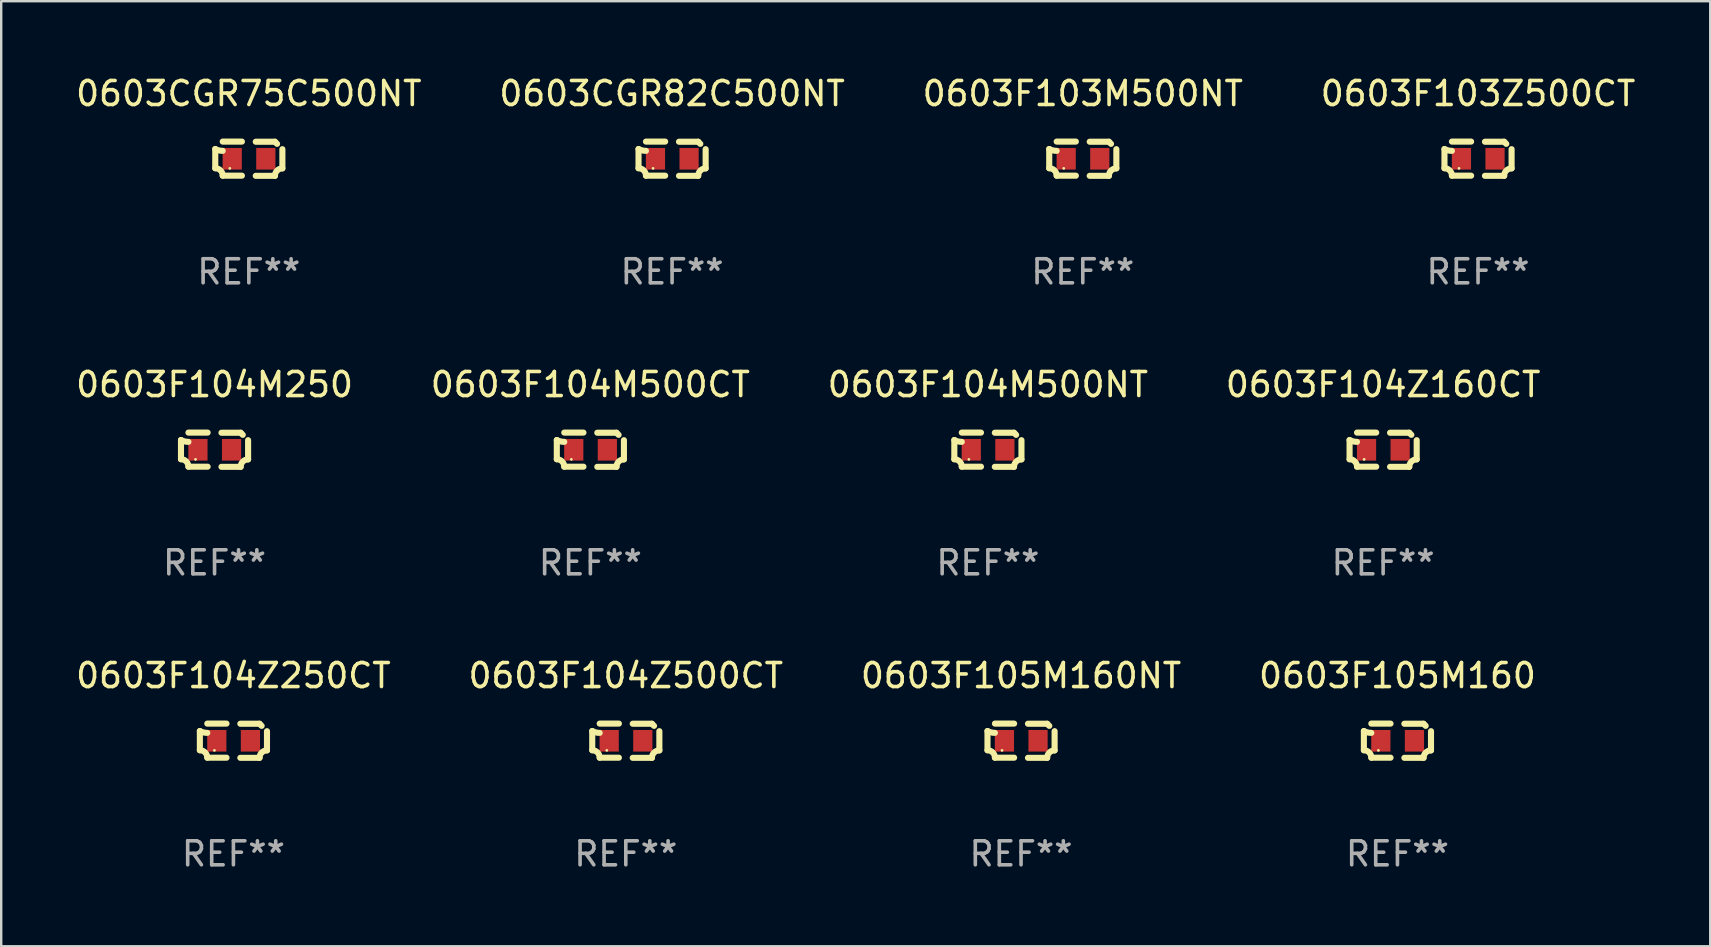
<source format=kicad_pcb>
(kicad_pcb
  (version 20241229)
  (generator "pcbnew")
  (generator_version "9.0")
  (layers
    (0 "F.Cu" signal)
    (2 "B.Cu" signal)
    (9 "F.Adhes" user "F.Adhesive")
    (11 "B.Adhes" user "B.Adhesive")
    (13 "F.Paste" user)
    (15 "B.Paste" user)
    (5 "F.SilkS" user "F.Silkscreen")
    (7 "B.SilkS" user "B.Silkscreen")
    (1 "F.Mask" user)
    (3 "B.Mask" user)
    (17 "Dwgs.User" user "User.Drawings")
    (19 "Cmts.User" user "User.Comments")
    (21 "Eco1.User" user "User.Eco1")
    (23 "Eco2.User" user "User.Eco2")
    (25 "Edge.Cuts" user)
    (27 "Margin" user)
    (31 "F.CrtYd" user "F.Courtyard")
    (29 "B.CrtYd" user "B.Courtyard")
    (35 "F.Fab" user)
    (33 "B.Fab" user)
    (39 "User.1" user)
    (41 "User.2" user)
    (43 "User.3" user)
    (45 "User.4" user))
  (footprint "0603F105M160NT"
    (layer "F.Cu")
    (at 39.482 27.805)
    (property "Reference" "0603F105M160NT" (at 0 -2.713 0) (layer "F.SilkS") (effects (font (size 1 1) (thickness 0.15))))
    (attr through_hole)
    (fp_line (start -1.398 -0.403) (end -1.398 0.397) (stroke (width 0.254) (type solid)) (layer "F.SilkS"))
    (fp_line (start -0.288 -0.713) (end -1.088 -0.713) (stroke (width 0.254) (type solid)) (layer "F.SilkS"))
    (fp_line (start -0.288 0.707) (end -1.088 0.707) (stroke (width 0.254) (type solid)) (layer "F.SilkS"))
    (fp_line (start 0.288 -0.707) (end 1.088 -0.707) (stroke (width 0.254) (type solid)) (layer "F.SilkS"))
    (fp_line (start 0.288 0.713) (end 1.088 0.713) (stroke (width 0.254) (type solid)) (layer "F.SilkS"))
    (fp_line (start 1.398 -0.397) (end 1.398 0.403) (stroke (width 0.254) (type solid)) (layer "F.SilkS"))
    (fp_arc (start -1.397789 0.397066) (mid -1.178701 0.487826) (end -1.08796 0.706922) (stroke (width 0.254001) (type solid)) (layer "F.SilkS"))
    (fp_arc (start -1.08796 -0.327176) (mid -1.247436 -0.346384) (end -1.39779 -0.402908) (stroke (width 0.254001) (type solid)) (layer "F.SilkS"))
    (fp_arc (start 1.087909 0.712738) (mid 1.178656 0.493655) (end 1.397739 0.402908) (stroke (width 0.254001) (type solid)) (layer "F.SilkS"))
    (fp_arc (start 1.175925 -0.618926) (mid 1.131917 -0.662923) (end 1.08791 -0.706922) (stroke (width 0.254001) (type solid)) (layer "F.SilkS"))
    (fp_circle (center -0.792 0.403) (end -0.762 0.403) (stroke (width 0.06) (type solid)) (fill no) (layer "F.SilkS"))
    (fp_text user "REF**" (at 0 4.713 0) (layer "F.Fab") (effects (font (size 1 1) (thickness 0.15))))
    (pad "1" smd rect (at -0.692 0.003) (size 0.8 0.9) (layers "F.Cu" "F.Mask" "F.Paste"))
    (pad "2" smd rect (at 0.708 0.003) (size 0.8 0.9) (layers "F.Cu" "F.Mask" "F.Paste")))
  (footprint "0603F104Z500CT"
    (layer "F.Cu")
    (at 23.018 27.805)
    (property "Reference" "0603F104Z500CT" (at 0 -2.713 0) (layer "F.SilkS") (effects (font (size 1 1) (thickness 0.15))))
    (attr through_hole)
    (fp_line (start -1.398 -0.403) (end -1.398 0.397) (stroke (width 0.254) (type solid)) (layer "F.SilkS"))
    (fp_line (start -0.288 -0.713) (end -1.088 -0.713) (stroke (width 0.254) (type solid)) (layer "F.SilkS"))
    (fp_line (start -0.288 0.707) (end -1.088 0.707) (stroke (width 0.254) (type solid)) (layer "F.SilkS"))
    (fp_line (start 0.288 -0.707) (end 1.088 -0.707) (stroke (width 0.254) (type solid)) (layer "F.SilkS"))
    (fp_line (start 0.288 0.713) (end 1.088 0.713) (stroke (width 0.254) (type solid)) (layer "F.SilkS"))
    (fp_line (start 1.398 -0.397) (end 1.398 0.403) (stroke (width 0.254) (type solid)) (layer "F.SilkS"))
    (fp_arc (start -1.397789 0.397066) (mid -1.178701 0.487826) (end -1.08796 0.706922) (stroke (width 0.254001) (type solid)) (layer "F.SilkS"))
    (fp_arc (start -1.08796 -0.327176) (mid -1.247436 -0.346384) (end -1.39779 -0.402908) (stroke (width 0.254001) (type solid)) (layer "F.SilkS"))
    (fp_arc (start 1.087909 0.712738) (mid 1.178656 0.493655) (end 1.397739 0.402908) (stroke (width 0.254001) (type solid)) (layer "F.SilkS"))
    (fp_arc (start 1.175925 -0.618926) (mid 1.131917 -0.662923) (end 1.08791 -0.706922) (stroke (width 0.254001) (type solid)) (layer "F.SilkS"))
    (fp_circle (center -0.792 0.403) (end -0.762 0.403) (stroke (width 0.06) (type solid)) (fill no) (layer "F.SilkS"))
    (fp_text user "REF**" (at 0 4.713 0) (layer "F.Fab") (effects (font (size 1 1) (thickness 0.15))))
    (pad "1" smd rect (at -0.692 0.003) (size 0.8 0.9) (layers "F.Cu" "F.Mask" "F.Paste"))
    (pad "2" smd rect (at 0.708 0.003) (size 0.8 0.9) (layers "F.Cu" "F.Mask" "F.Paste")))
  (footprint "0603F104M500CT"
    (layer "F.Cu")
    (at 21.542 15.683)
    (property "Reference" "0603F104M500CT" (at 0 -2.713 0) (layer "F.SilkS") (effects (font (size 1 1) (thickness 0.15))))
    (attr through_hole)
    (fp_line (start -1.398 -0.403) (end -1.398 0.397) (stroke (width 0.254) (type solid)) (layer "F.SilkS"))
    (fp_line (start -0.288 -0.713) (end -1.088 -0.713) (stroke (width 0.254) (type solid)) (layer "F.SilkS"))
    (fp_line (start -0.288 0.707) (end -1.088 0.707) (stroke (width 0.254) (type solid)) (layer "F.SilkS"))
    (fp_line (start 0.288 -0.707) (end 1.088 -0.707) (stroke (width 0.254) (type solid)) (layer "F.SilkS"))
    (fp_line (start 0.288 0.713) (end 1.088 0.713) (stroke (width 0.254) (type solid)) (layer "F.SilkS"))
    (fp_line (start 1.398 -0.397) (end 1.398 0.403) (stroke (width 0.254) (type solid)) (layer "F.SilkS"))
    (fp_arc (start -1.397789 0.397066) (mid -1.178701 0.487826) (end -1.08796 0.706922) (stroke (width 0.254001) (type solid)) (layer "F.SilkS"))
    (fp_arc (start -1.08796 -0.327176) (mid -1.247436 -0.346384) (end -1.39779 -0.402908) (stroke (width 0.254001) (type solid)) (layer "F.SilkS"))
    (fp_arc (start 1.087909 0.712738) (mid 1.178656 0.493655) (end 1.397739 0.402908) (stroke (width 0.254001) (type solid)) (layer "F.SilkS"))
    (fp_arc (start 1.175925 -0.618926) (mid 1.131917 -0.662923) (end 1.08791 -0.706922) (stroke (width 0.254001) (type solid)) (layer "F.SilkS"))
    (fp_circle (center -0.792 0.403) (end -0.762 0.403) (stroke (width 0.06) (type solid)) (fill no) (layer "F.SilkS"))
    (fp_text user "REF**" (at 0 4.713 0) (layer "F.Fab") (effects (font (size 1 1) (thickness 0.15))))
    (pad "1" smd rect (at -0.692 0.003) (size 0.8 0.9) (layers "F.Cu" "F.Mask" "F.Paste"))
    (pad "2" smd rect (at 0.708 0.003) (size 0.8 0.9) (layers "F.Cu" "F.Mask" "F.Paste")))
  (footprint "0603F105M160"
    (layer "F.Cu")
    (at 55.161 27.805)
    (property "Reference" "0603F105M160" (at 0 -2.713 0) (layer "F.SilkS") (effects (font (size 1 1) (thickness 0.15))))
    (attr through_hole)
    (fp_line (start -1.398 -0.403) (end -1.398 0.397) (stroke (width 0.254) (type solid)) (layer "F.SilkS"))
    (fp_line (start -0.288 -0.713) (end -1.088 -0.713) (stroke (width 0.254) (type solid)) (layer "F.SilkS"))
    (fp_line (start -0.288 0.707) (end -1.088 0.707) (stroke (width 0.254) (type solid)) (layer "F.SilkS"))
    (fp_line (start 0.288 -0.707) (end 1.088 -0.707) (stroke (width 0.254) (type solid)) (layer "F.SilkS"))
    (fp_line (start 0.288 0.713) (end 1.088 0.713) (stroke (width 0.254) (type solid)) (layer "F.SilkS"))
    (fp_line (start 1.398 -0.397) (end 1.398 0.403) (stroke (width 0.254) (type solid)) (layer "F.SilkS"))
    (fp_arc (start -1.397789 0.397066) (mid -1.178701 0.487826) (end -1.08796 0.706922) (stroke (width 0.254001) (type solid)) (layer "F.SilkS"))
    (fp_arc (start -1.08796 -0.327176) (mid -1.247436 -0.346384) (end -1.39779 -0.402908) (stroke (width 0.254001) (type solid)) (layer "F.SilkS"))
    (fp_arc (start 1.087909 0.712738) (mid 1.178656 0.493655) (end 1.397739 0.402908) (stroke (width 0.254001) (type solid)) (layer "F.SilkS"))
    (fp_arc (start 1.175925 -0.618926) (mid 1.131917 -0.662923) (end 1.08791 -0.706922) (stroke (width 0.254001) (type solid)) (layer "F.SilkS"))
    (fp_circle (center -0.792 0.403) (end -0.762 0.403) (stroke (width 0.06) (type solid)) (fill no) (layer "F.SilkS"))
    (fp_text user "REF**" (at 0 4.713 0) (layer "F.Fab") (effects (font (size 1 1) (thickness 0.15))))
    (pad "1" smd rect (at -0.692 0.003) (size 0.8 0.9) (layers "F.Cu" "F.Mask" "F.Paste"))
    (pad "2" smd rect (at 0.708 0.003) (size 0.8 0.9) (layers "F.Cu" "F.Mask" "F.Paste")))
  (footprint "0603F104Z250CT"
    (layer "F.Cu")
    (at 6.673 27.805)
    (property "Reference" "0603F104Z250CT" (at 0 -2.713 0) (layer "F.SilkS") (effects (font (size 1 1) (thickness 0.15))))
    (attr through_hole)
    (fp_line (start -1.398 -0.403) (end -1.398 0.397) (stroke (width 0.254) (type solid)) (layer "F.SilkS"))
    (fp_line (start -0.288 -0.713) (end -1.088 -0.713) (stroke (width 0.254) (type solid)) (layer "F.SilkS"))
    (fp_line (start -0.288 0.707) (end -1.088 0.707) (stroke (width 0.254) (type solid)) (layer "F.SilkS"))
    (fp_line (start 0.288 -0.707) (end 1.088 -0.707) (stroke (width 0.254) (type solid)) (layer "F.SilkS"))
    (fp_line (start 0.288 0.713) (end 1.088 0.713) (stroke (width 0.254) (type solid)) (layer "F.SilkS"))
    (fp_line (start 1.398 -0.397) (end 1.398 0.403) (stroke (width 0.254) (type solid)) (layer "F.SilkS"))
    (fp_arc (start -1.397789 0.397066) (mid -1.178701 0.487826) (end -1.08796 0.706922) (stroke (width 0.254001) (type solid)) (layer "F.SilkS"))
    (fp_arc (start -1.08796 -0.327176) (mid -1.247436 -0.346384) (end -1.39779 -0.402908) (stroke (width 0.254001) (type solid)) (layer "F.SilkS"))
    (fp_arc (start 1.087909 0.712738) (mid 1.178656 0.493655) (end 1.397739 0.402908) (stroke (width 0.254001) (type solid)) (layer "F.SilkS"))
    (fp_arc (start 1.175925 -0.618926) (mid 1.131917 -0.662923) (end 1.08791 -0.706922) (stroke (width 0.254001) (type solid)) (layer "F.SilkS"))
    (fp_circle (center -0.792 0.403) (end -0.762 0.403) (stroke (width 0.06) (type solid)) (fill no) (layer "F.SilkS"))
    (fp_text user "REF**" (at 0 4.713 0) (layer "F.Fab") (effects (font (size 1 1) (thickness 0.15))))
    (pad "1" smd rect (at -0.692 0.003) (size 0.8 0.9) (layers "F.Cu" "F.Mask" "F.Paste"))
    (pad "2" smd rect (at 0.708 0.003) (size 0.8 0.9) (layers "F.Cu" "F.Mask" "F.Paste")))
  (footprint "0603CGR82C500NT"
    (layer "F.Cu")
    (at 24.946 3.561)
    (property "Reference" "0603CGR82C500NT" (at 0 -2.713 0) (layer "F.SilkS") (effects (font (size 1 1) (thickness 0.15))))
    (attr through_hole)
    (fp_line (start -1.398 -0.403) (end -1.398 0.397) (stroke (width 0.254) (type solid)) (layer "F.SilkS"))
    (fp_line (start -0.288 -0.713) (end -1.088 -0.713) (stroke (width 0.254) (type solid)) (layer "F.SilkS"))
    (fp_line (start -0.288 0.707) (end -1.088 0.707) (stroke (width 0.254) (type solid)) (layer "F.SilkS"))
    (fp_line (start 0.288 -0.707) (end 1.088 -0.707) (stroke (width 0.254) (type solid)) (layer "F.SilkS"))
    (fp_line (start 0.288 0.713) (end 1.088 0.713) (stroke (width 0.254) (type solid)) (layer "F.SilkS"))
    (fp_line (start 1.398 -0.397) (end 1.398 0.403) (stroke (width 0.254) (type solid)) (layer "F.SilkS"))
    (fp_arc (start -1.397789 0.397066) (mid -1.178701 0.487826) (end -1.08796 0.706922) (stroke (width 0.254001) (type solid)) (layer "F.SilkS"))
    (fp_arc (start -1.08796 -0.327176) (mid -1.247436 -0.346384) (end -1.39779 -0.402908) (stroke (width 0.254001) (type solid)) (layer "F.SilkS"))
    (fp_arc (start 1.087909 0.712738) (mid 1.178656 0.493655) (end 1.397739 0.402908) (stroke (width 0.254001) (type solid)) (layer "F.SilkS"))
    (fp_arc (start 1.175925 -0.618926) (mid 1.131917 -0.662923) (end 1.08791 -0.706922) (stroke (width 0.254001) (type solid)) (layer "F.SilkS"))
    (fp_circle (center -0.792 0.403) (end -0.762 0.403) (stroke (width 0.06) (type solid)) (fill no) (layer "F.SilkS"))
    (fp_text user "REF**" (at 0 4.713 0) (layer "F.Fab") (effects (font (size 1 1) (thickness 0.15))))
    (pad "1" smd rect (at -0.692 0.003) (size 0.8 0.9) (layers "F.Cu" "F.Mask" "F.Paste"))
    (pad "2" smd rect (at 0.708 0.003) (size 0.8 0.9) (layers "F.Cu" "F.Mask" "F.Paste")))
  (footprint "0603F104M250"
    (layer "F.Cu")
    (at 5.887 15.683)
    (property "Reference" "0603F104M250" (at 0 -2.713 0) (layer "F.SilkS") (effects (font (size 1 1) (thickness 0.15))))
    (attr through_hole)
    (fp_line (start -1.398 -0.403) (end -1.398 0.397) (stroke (width 0.254) (type solid)) (layer "F.SilkS"))
    (fp_line (start -0.288 -0.713) (end -1.088 -0.713) (stroke (width 0.254) (type solid)) (layer "F.SilkS"))
    (fp_line (start -0.288 0.707) (end -1.088 0.707) (stroke (width 0.254) (type solid)) (layer "F.SilkS"))
    (fp_line (start 0.288 -0.707) (end 1.088 -0.707) (stroke (width 0.254) (type solid)) (layer "F.SilkS"))
    (fp_line (start 0.288 0.713) (end 1.088 0.713) (stroke (width 0.254) (type solid)) (layer "F.SilkS"))
    (fp_line (start 1.398 -0.397) (end 1.398 0.403) (stroke (width 0.254) (type solid)) (layer "F.SilkS"))
    (fp_arc (start -1.397789 0.397066) (mid -1.178701 0.487826) (end -1.08796 0.706922) (stroke (width 0.254001) (type solid)) (layer "F.SilkS"))
    (fp_arc (start -1.08796 -0.327176) (mid -1.247436 -0.346384) (end -1.39779 -0.402908) (stroke (width 0.254001) (type solid)) (layer "F.SilkS"))
    (fp_arc (start 1.087909 0.712738) (mid 1.178656 0.493655) (end 1.397739 0.402908) (stroke (width 0.254001) (type solid)) (layer "F.SilkS"))
    (fp_arc (start 1.175925 -0.618926) (mid 1.131917 -0.662923) (end 1.08791 -0.706922) (stroke (width 0.254001) (type solid)) (layer "F.SilkS"))
    (fp_circle (center -0.792 0.403) (end -0.762 0.403) (stroke (width 0.06) (type solid)) (fill no) (layer "F.SilkS"))
    (fp_text user "REF**" (at 0 4.713 0) (layer "F.Fab") (effects (font (size 1 1) (thickness 0.15))))
    (pad "1" smd rect (at -0.692 0.003) (size 0.8 0.9) (layers "F.Cu" "F.Mask" "F.Paste"))
    (pad "2" smd rect (at 0.708 0.003) (size 0.8 0.9) (layers "F.Cu" "F.Mask" "F.Paste")))
  (footprint "0603F103M500NT"
    (layer "F.Cu")
    (at 42.054 3.561)
    (property "Reference" "0603F103M500NT" (at 0 -2.713 0) (layer "F.SilkS") (effects (font (size 1 1) (thickness 0.15))))
    (attr through_hole)
    (fp_line (start -1.398 -0.403) (end -1.398 0.397) (stroke (width 0.254) (type solid)) (layer "F.SilkS"))
    (fp_line (start -0.288 -0.713) (end -1.088 -0.713) (stroke (width 0.254) (type solid)) (layer "F.SilkS"))
    (fp_line (start -0.288 0.707) (end -1.088 0.707) (stroke (width 0.254) (type solid)) (layer "F.SilkS"))
    (fp_line (start 0.288 -0.707) (end 1.088 -0.707) (stroke (width 0.254) (type solid)) (layer "F.SilkS"))
    (fp_line (start 0.288 0.713) (end 1.088 0.713) (stroke (width 0.254) (type solid)) (layer "F.SilkS"))
    (fp_line (start 1.398 -0.397) (end 1.398 0.403) (stroke (width 0.254) (type solid)) (layer "F.SilkS"))
    (fp_arc (start -1.397789 0.397066) (mid -1.178701 0.487826) (end -1.08796 0.706922) (stroke (width 0.254001) (type solid)) (layer "F.SilkS"))
    (fp_arc (start -1.08796 -0.327176) (mid -1.247436 -0.346384) (end -1.39779 -0.402908) (stroke (width 0.254001) (type solid)) (layer "F.SilkS"))
    (fp_arc (start 1.087909 0.712738) (mid 1.178656 0.493655) (end 1.397739 0.402908) (stroke (width 0.254001) (type solid)) (layer "F.SilkS"))
    (fp_arc (start 1.175925 -0.618926) (mid 1.131917 -0.662923) (end 1.08791 -0.706922) (stroke (width 0.254001) (type solid)) (layer "F.SilkS"))
    (fp_circle (center -0.792 0.403) (end -0.762 0.403) (stroke (width 0.06) (type solid)) (fill no) (layer "F.SilkS"))
    (fp_text user "REF**" (at 0 4.713 0) (layer "F.Fab") (effects (font (size 1 1) (thickness 0.15))))
    (pad "1" smd rect (at -0.692 0.003) (size 0.8 0.9) (layers "F.Cu" "F.Mask" "F.Paste"))
    (pad "2" smd rect (at 0.708 0.003) (size 0.8 0.9) (layers "F.Cu" "F.Mask" "F.Paste")))
  (footprint "0603F104Z160CT"
    (layer "F.Cu")
    (at 54.565 15.683)
    (property "Reference" "0603F104Z160CT" (at 0 -2.713 0) (layer "F.SilkS") (effects (font (size 1 1) (thickness 0.15))))
    (attr through_hole)
    (fp_line (start -1.398 -0.403) (end -1.398 0.397) (stroke (width 0.254) (type solid)) (layer "F.SilkS"))
    (fp_line (start -0.288 -0.713) (end -1.088 -0.713) (stroke (width 0.254) (type solid)) (layer "F.SilkS"))
    (fp_line (start -0.288 0.707) (end -1.088 0.707) (stroke (width 0.254) (type solid)) (layer "F.SilkS"))
    (fp_line (start 0.288 -0.707) (end 1.088 -0.707) (stroke (width 0.254) (type solid)) (layer "F.SilkS"))
    (fp_line (start 0.288 0.713) (end 1.088 0.713) (stroke (width 0.254) (type solid)) (layer "F.SilkS"))
    (fp_line (start 1.398 -0.397) (end 1.398 0.403) (stroke (width 0.254) (type solid)) (layer "F.SilkS"))
    (fp_arc (start -1.397789 0.397066) (mid -1.178701 0.487826) (end -1.08796 0.706922) (stroke (width 0.254001) (type solid)) (layer "F.SilkS"))
    (fp_arc (start -1.08796 -0.327176) (mid -1.247436 -0.346384) (end -1.39779 -0.402908) (stroke (width 0.254001) (type solid)) (layer "F.SilkS"))
    (fp_arc (start 1.087909 0.712738) (mid 1.178656 0.493655) (end 1.397739 0.402908) (stroke (width 0.254001) (type solid)) (layer "F.SilkS"))
    (fp_arc (start 1.175925 -0.618926) (mid 1.131917 -0.662923) (end 1.08791 -0.706922) (stroke (width 0.254001) (type solid)) (layer "F.SilkS"))
    (fp_circle (center -0.792 0.403) (end -0.762 0.403) (stroke (width 0.06) (type solid)) (fill no) (layer "F.SilkS"))
    (fp_text user "REF**" (at 0 4.713 0) (layer "F.Fab") (effects (font (size 1 1) (thickness 0.15))))
    (pad "1" smd rect (at -0.692 0.003) (size 0.8 0.9) (layers "F.Cu" "F.Mask" "F.Paste"))
    (pad "2" smd rect (at 0.708 0.003) (size 0.8 0.9) (layers "F.Cu" "F.Mask" "F.Paste")))
  (footprint "0603CGR75C500NT"
    (layer "F.Cu")
    (at 7.315 3.561)
    (property "Reference" "0603CGR75C500NT" (at 0 -2.713 0) (layer "F.SilkS") (effects (font (size 1 1) (thickness 0.15))))
    (attr through_hole)
    (fp_line (start -1.398 -0.403) (end -1.398 0.397) (stroke (width 0.254) (type solid)) (layer "F.SilkS"))
    (fp_line (start -0.288 -0.713) (end -1.088 -0.713) (stroke (width 0.254) (type solid)) (layer "F.SilkS"))
    (fp_line (start -0.288 0.707) (end -1.088 0.707) (stroke (width 0.254) (type solid)) (layer "F.SilkS"))
    (fp_line (start 0.288 -0.707) (end 1.088 -0.707) (stroke (width 0.254) (type solid)) (layer "F.SilkS"))
    (fp_line (start 0.288 0.713) (end 1.088 0.713) (stroke (width 0.254) (type solid)) (layer "F.SilkS"))
    (fp_line (start 1.398 -0.397) (end 1.398 0.403) (stroke (width 0.254) (type solid)) (layer "F.SilkS"))
    (fp_arc (start -1.397789 0.397066) (mid -1.178701 0.487826) (end -1.08796 0.706922) (stroke (width 0.254001) (type solid)) (layer "F.SilkS"))
    (fp_arc (start -1.08796 -0.327176) (mid -1.247436 -0.346384) (end -1.39779 -0.402908) (stroke (width 0.254001) (type solid)) (layer "F.SilkS"))
    (fp_arc (start 1.087909 0.712738) (mid 1.178656 0.493655) (end 1.397739 0.402908) (stroke (width 0.254001) (type solid)) (layer "F.SilkS"))
    (fp_arc (start 1.175925 -0.618926) (mid 1.131917 -0.662923) (end 1.08791 -0.706922) (stroke (width 0.254001) (type solid)) (layer "F.SilkS"))
    (fp_circle (center -0.792 0.403) (end -0.762 0.403) (stroke (width 0.06) (type solid)) (fill no) (layer "F.SilkS"))
    (fp_text user "REF**" (at 0 4.713 0) (layer "F.Fab") (effects (font (size 1 1) (thickness 0.15))))
    (pad "1" smd rect (at -0.692 0.003) (size 0.8 0.9) (layers "F.Cu" "F.Mask" "F.Paste"))
    (pad "2" smd rect (at 0.708 0.003) (size 0.8 0.9) (layers "F.Cu" "F.Mask" "F.Paste")))
  (footprint "0603F103Z500CT"
    (layer "F.Cu")
    (at 58.518 3.561)
    (property "Reference" "0603F103Z500CT" (at 0 -2.713 0) (layer "F.SilkS") (effects (font (size 1 1) (thickness 0.15))))
    (attr through_hole)
    (fp_line (start -1.398 -0.403) (end -1.398 0.397) (stroke (width 0.254) (type solid)) (layer "F.SilkS"))
    (fp_line (start -0.288 -0.713) (end -1.088 -0.713) (stroke (width 0.254) (type solid)) (layer "F.SilkS"))
    (fp_line (start -0.288 0.707) (end -1.088 0.707) (stroke (width 0.254) (type solid)) (layer "F.SilkS"))
    (fp_line (start 0.288 -0.707) (end 1.088 -0.707) (stroke (width 0.254) (type solid)) (layer "F.SilkS"))
    (fp_line (start 0.288 0.713) (end 1.088 0.713) (stroke (width 0.254) (type solid)) (layer "F.SilkS"))
    (fp_line (start 1.398 -0.397) (end 1.398 0.403) (stroke (width 0.254) (type solid)) (layer "F.SilkS"))
    (fp_arc (start -1.397789 0.397066) (mid -1.178701 0.487826) (end -1.08796 0.706922) (stroke (width 0.254001) (type solid)) (layer "F.SilkS"))
    (fp_arc (start -1.08796 -0.327176) (mid -1.247436 -0.346384) (end -1.39779 -0.402908) (stroke (width 0.254001) (type solid)) (layer "F.SilkS"))
    (fp_arc (start 1.087909 0.712738) (mid 1.178656 0.493655) (end 1.397739 0.402908) (stroke (width 0.254001) (type solid)) (layer "F.SilkS"))
    (fp_arc (start 1.175925 -0.618926) (mid 1.131917 -0.662923) (end 1.08791 -0.706922) (stroke (width 0.254001) (type solid)) (layer "F.SilkS"))
    (fp_circle (center -0.792 0.403) (end -0.762 0.403) (stroke (width 0.06) (type solid)) (fill no) (layer "F.SilkS"))
    (fp_text user "REF**" (at 0 4.713 0) (layer "F.Fab") (effects (font (size 1 1) (thickness 0.15))))
    (pad "1" smd rect (at -0.692 0.003) (size 0.8 0.9) (layers "F.Cu" "F.Mask" "F.Paste"))
    (pad "2" smd rect (at 0.708 0.003) (size 0.8 0.9) (layers "F.Cu" "F.Mask" "F.Paste")))
  (footprint "0603F104M500NT"
    (layer "F.Cu")
    (at 38.101 15.683)
    (property "Reference" "0603F104M500NT" (at 0 -2.713 0) (layer "F.SilkS") (effects (font (size 1 1) (thickness 0.15))))
    (attr through_hole)
    (fp_line (start -1.398 -0.403) (end -1.398 0.397) (stroke (width 0.254) (type solid)) (layer "F.SilkS"))
    (fp_line (start -0.288 -0.713) (end -1.088 -0.713) (stroke (width 0.254) (type solid)) (layer "F.SilkS"))
    (fp_line (start -0.288 0.707) (end -1.088 0.707) (stroke (width 0.254) (type solid)) (layer "F.SilkS"))
    (fp_line (start 0.288 -0.707) (end 1.088 -0.707) (stroke (width 0.254) (type solid)) (layer "F.SilkS"))
    (fp_line (start 0.288 0.713) (end 1.088 0.713) (stroke (width 0.254) (type solid)) (layer "F.SilkS"))
    (fp_line (start 1.398 -0.397) (end 1.398 0.403) (stroke (width 0.254) (type solid)) (layer "F.SilkS"))
    (fp_arc (start -1.397789 0.397066) (mid -1.178701 0.487826) (end -1.08796 0.706922) (stroke (width 0.254001) (type solid)) (layer "F.SilkS"))
    (fp_arc (start -1.08796 -0.327176) (mid -1.247436 -0.346384) (end -1.39779 -0.402908) (stroke (width 0.254001) (type solid)) (layer "F.SilkS"))
    (fp_arc (start 1.087909 0.712738) (mid 1.178656 0.493655) (end 1.397739 0.402908) (stroke (width 0.254001) (type solid)) (layer "F.SilkS"))
    (fp_arc (start 1.175925 -0.618926) (mid 1.131917 -0.662923) (end 1.08791 -0.706922) (stroke (width 0.254001) (type solid)) (layer "F.SilkS"))
    (fp_circle (center -0.792 0.403) (end -0.762 0.403) (stroke (width 0.06) (type solid)) (fill no) (layer "F.SilkS"))
    (fp_text user "REF**" (at 0 4.713 0) (layer "F.Fab") (effects (font (size 1 1) (thickness 0.15))))
    (pad "1" smd rect (at -0.692 0.003) (size 0.8 0.9) (layers "F.Cu" "F.Mask" "F.Paste"))
    (pad "2" smd rect (at 0.708 0.003) (size 0.8 0.9) (layers "F.Cu" "F.Mask" "F.Paste")))
  (gr_rect
    (start -3 -3)
    (end 68.19 36.366)
    (stroke (width 0.1) (type default))
    (fill no)
    (layer "Edge.Cuts")))
</source>
